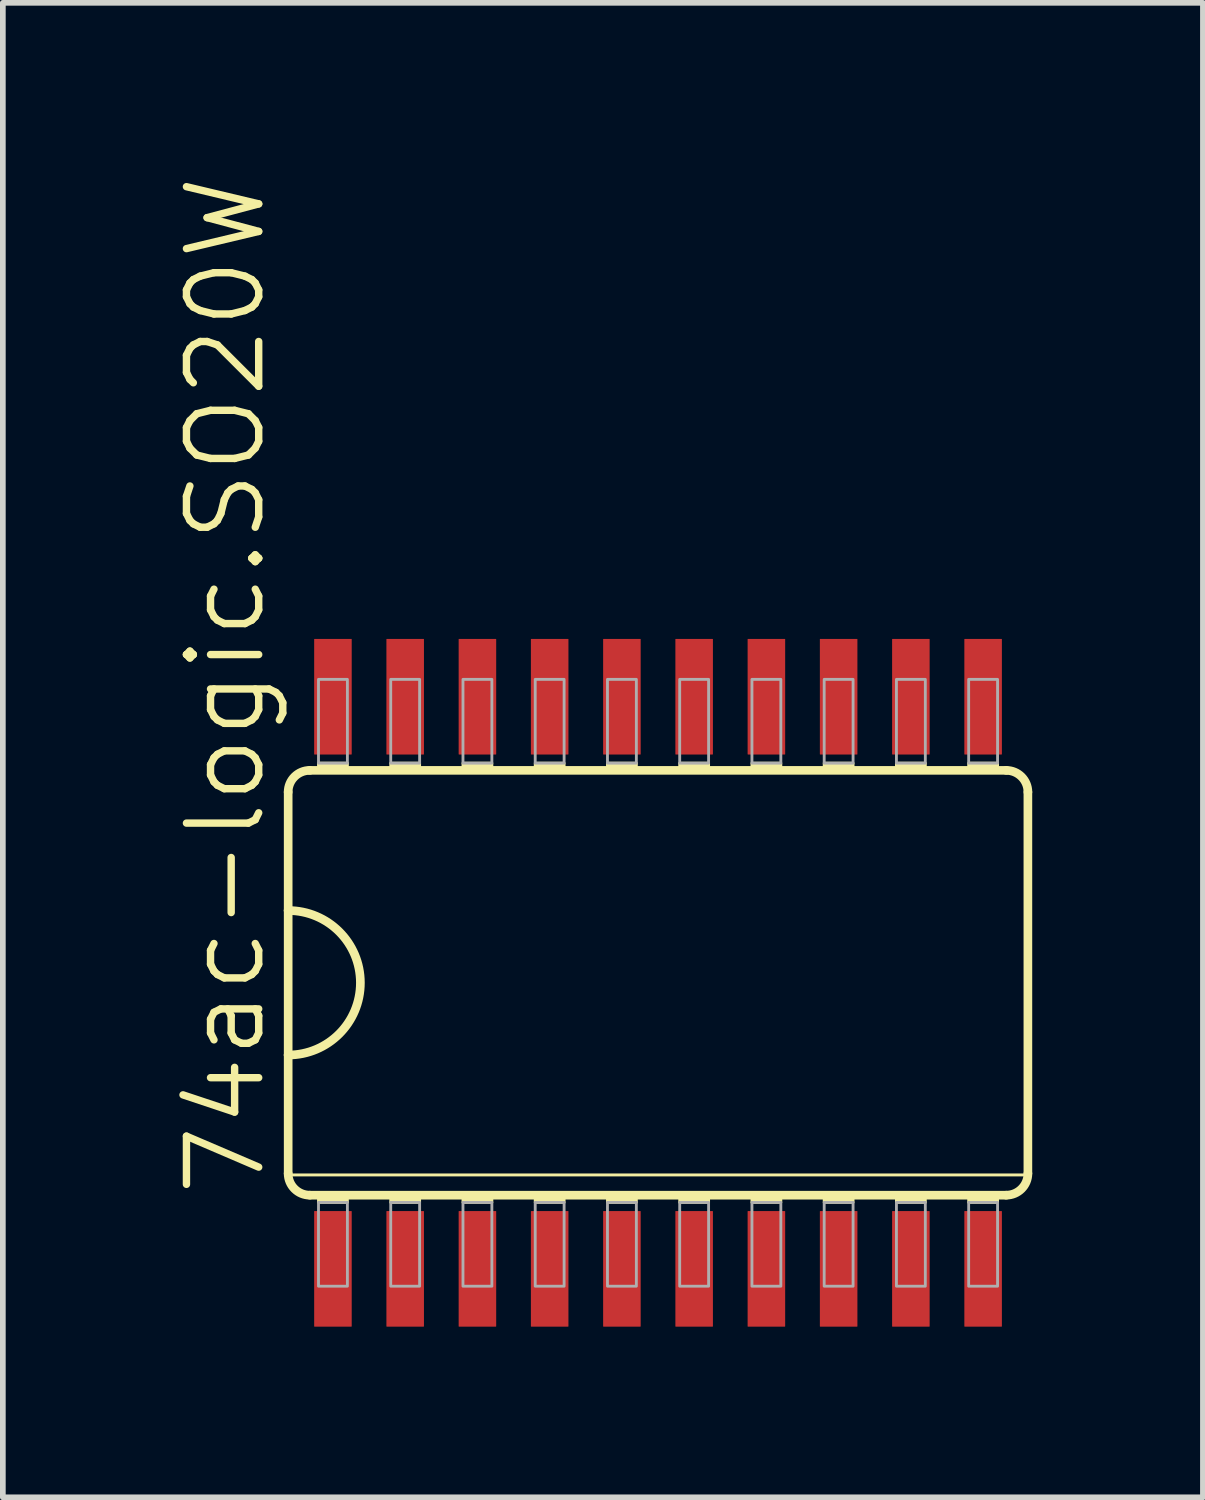
<source format=kicad_pcb>
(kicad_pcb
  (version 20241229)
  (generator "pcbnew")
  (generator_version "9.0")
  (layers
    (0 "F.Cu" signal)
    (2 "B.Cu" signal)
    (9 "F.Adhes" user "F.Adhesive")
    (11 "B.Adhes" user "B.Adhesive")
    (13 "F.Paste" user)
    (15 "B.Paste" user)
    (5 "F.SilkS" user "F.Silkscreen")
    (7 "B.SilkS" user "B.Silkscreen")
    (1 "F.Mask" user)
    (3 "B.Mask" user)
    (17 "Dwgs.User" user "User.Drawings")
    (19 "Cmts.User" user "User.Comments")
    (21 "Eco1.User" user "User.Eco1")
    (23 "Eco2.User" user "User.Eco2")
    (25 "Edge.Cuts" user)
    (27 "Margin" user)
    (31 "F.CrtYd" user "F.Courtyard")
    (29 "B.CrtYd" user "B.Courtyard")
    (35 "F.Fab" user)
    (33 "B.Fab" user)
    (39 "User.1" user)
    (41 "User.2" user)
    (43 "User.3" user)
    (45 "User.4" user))
  (footprint "74ac-logic.SO20W"
    (layer "F.Cu")
    (at 8.518 14.227)
    (property "Reference" "74ac-logic.SO20W" (at -6.858 3.81 90) (layer "F.SilkS") (effects (font (size 1.27 1.27) (thickness 0.13)) (justify left bottom)))
    (attr smd)
    (fp_line (start -6.502 -3.353) (end -6.502 -1.27) (stroke (width 0.152) (type default)) (layer "F.SilkS"))
    (fp_line (start -6.502 -1.27) (end -6.502 1.27) (stroke (width 0.152) (type default)) (layer "F.SilkS"))
    (fp_line (start -6.502 1.27) (end -6.502 3.353) (stroke (width 0.152) (type default)) (layer "F.SilkS"))
    (fp_line (start -6.477 3.378) (end 6.477 3.378) (stroke (width 0.051) (type default)) (layer "F.SilkS"))
    (fp_line (start -6.121 3.734) (end 6.121 3.734) (stroke (width 0.152) (type default)) (layer "F.SilkS"))
    (fp_line (start 6.121 -3.734) (end -6.121 -3.734) (stroke (width 0.152) (type default)) (layer "F.SilkS"))
    (fp_line (start 6.502 3.353) (end 6.502 -3.353) (stroke (width 0.152) (type default)) (layer "F.SilkS"))
    (fp_rect (start -5.969 -3.734) (end -5.461 -3.861) (stroke (width 0.05) (type default)) (fill yes) (layer "F.SilkS"))
    (fp_rect (start -5.969 3.861) (end -5.461 3.734) (stroke (width 0.05) (type default)) (fill yes) (layer "F.SilkS"))
    (fp_rect (start -4.699 -3.734) (end -4.191 -3.861) (stroke (width 0.05) (type default)) (fill yes) (layer "F.SilkS"))
    (fp_rect (start -4.699 3.861) (end -4.191 3.734) (stroke (width 0.05) (type default)) (fill yes) (layer "F.SilkS"))
    (fp_rect (start -3.429 -3.734) (end -2.921 -3.861) (stroke (width 0.05) (type default)) (fill yes) (layer "F.SilkS"))
    (fp_rect (start -3.429 3.861) (end -2.921 3.734) (stroke (width 0.05) (type default)) (fill yes) (layer "F.SilkS"))
    (fp_rect (start -2.159 -3.734) (end -1.651 -3.861) (stroke (width 0.05) (type default)) (fill yes) (layer "F.SilkS"))
    (fp_rect (start -2.159 3.861) (end -1.651 3.734) (stroke (width 0.05) (type default)) (fill yes) (layer "F.SilkS"))
    (fp_rect (start -0.889 -3.734) (end -0.381 -3.861) (stroke (width 0.05) (type default)) (fill yes) (layer "F.SilkS"))
    (fp_rect (start -0.889 3.861) (end -0.381 3.734) (stroke (width 0.05) (type default)) (fill yes) (layer "F.SilkS"))
    (fp_rect (start 0.381 -3.734) (end 0.889 -3.861) (stroke (width 0.05) (type default)) (fill yes) (layer "F.SilkS"))
    (fp_rect (start 0.381 3.861) (end 0.889 3.734) (stroke (width 0.05) (type default)) (fill yes) (layer "F.SilkS"))
    (fp_rect (start 1.651 -3.734) (end 2.159 -3.861) (stroke (width 0.05) (type default)) (fill yes) (layer "F.SilkS"))
    (fp_rect (start 1.651 3.861) (end 2.159 3.734) (stroke (width 0.05) (type default)) (fill yes) (layer "F.SilkS"))
    (fp_rect (start 2.921 -3.734) (end 3.429 -3.861) (stroke (width 0.05) (type default)) (fill yes) (layer "F.SilkS"))
    (fp_rect (start 2.921 3.861) (end 3.429 3.734) (stroke (width 0.05) (type default)) (fill yes) (layer "F.SilkS"))
    (fp_rect (start 4.191 -3.734) (end 4.699 -3.861) (stroke (width 0.05) (type default)) (fill yes) (layer "F.SilkS"))
    (fp_rect (start 4.191 3.861) (end 4.699 3.734) (stroke (width 0.05) (type default)) (fill yes) (layer "F.SilkS"))
    (fp_rect (start 5.461 -3.734) (end 5.969 -3.861) (stroke (width 0.05) (type default)) (fill yes) (layer "F.SilkS"))
    (fp_rect (start 5.461 3.861) (end 5.969 3.734) (stroke (width 0.05) (type default)) (fill yes) (layer "F.SilkS"))
    (fp_arc (start -6.5024 -3.3528) (mid -6.390808 -3.622208) (end -6.1214 -3.7338) (stroke (width 0.1524) (type default)) (layer "F.SilkS"))
    (fp_arc (start -6.5024 -1.27) (mid -5.2324 0) (end -6.5024 1.27) (stroke (width 0.1524) (type default)) (layer "F.SilkS"))
    (fp_arc (start -6.1214 3.7338) (mid -6.390808 3.622208) (end -6.5024 3.3528) (stroke (width 0.1524) (type default)) (layer "F.SilkS"))
    (fp_arc (start 6.1214 -3.7338) (mid 6.390808 -3.622208) (end 6.5024 -3.3528) (stroke (width 0.1524) (type default)) (layer "F.SilkS"))
    (fp_arc (start 6.5024 3.3528) (mid 6.390808 3.622208) (end 6.1214 3.7338) (stroke (width 0.1524) (type default)) (layer "F.SilkS"))
    (fp_rect (start -5.969 -3.861) (end -5.461 -5.334) (stroke (width 0.05) (type default)) (fill no) (layer "F.Fab"))
    (fp_rect (start -5.969 5.334) (end -5.461 3.861) (stroke (width 0.05) (type default)) (fill no) (layer "F.Fab"))
    (fp_rect (start -4.699 -3.861) (end -4.191 -5.334) (stroke (width 0.05) (type default)) (fill no) (layer "F.Fab"))
    (fp_rect (start -4.699 5.334) (end -4.191 3.861) (stroke (width 0.05) (type default)) (fill no) (layer "F.Fab"))
    (fp_rect (start -3.429 -3.861) (end -2.921 -5.334) (stroke (width 0.05) (type default)) (fill no) (layer "F.Fab"))
    (fp_rect (start -3.429 5.334) (end -2.921 3.861) (stroke (width 0.05) (type default)) (fill no) (layer "F.Fab"))
    (fp_rect (start -2.159 -3.861) (end -1.651 -5.334) (stroke (width 0.05) (type default)) (fill no) (layer "F.Fab"))
    (fp_rect (start -2.159 5.334) (end -1.651 3.861) (stroke (width 0.05) (type default)) (fill no) (layer "F.Fab"))
    (fp_rect (start -0.889 -3.861) (end -0.381 -5.334) (stroke (width 0.05) (type default)) (fill no) (layer "F.Fab"))
    (fp_rect (start -0.889 5.334) (end -0.381 3.861) (stroke (width 0.05) (type default)) (fill no) (layer "F.Fab"))
    (fp_rect (start 0.381 -3.861) (end 0.889 -5.334) (stroke (width 0.05) (type default)) (fill no) (layer "F.Fab"))
    (fp_rect (start 0.381 5.334) (end 0.889 3.861) (stroke (width 0.05) (type default)) (fill no) (layer "F.Fab"))
    (fp_rect (start 1.651 -3.861) (end 2.159 -5.334) (stroke (width 0.05) (type default)) (fill no) (layer "F.Fab"))
    (fp_rect (start 1.651 5.334) (end 2.159 3.861) (stroke (width 0.05) (type default)) (fill no) (layer "F.Fab"))
    (fp_rect (start 2.921 -3.861) (end 3.429 -5.334) (stroke (width 0.05) (type default)) (fill no) (layer "F.Fab"))
    (fp_rect (start 2.921 5.334) (end 3.429 3.861) (stroke (width 0.05) (type default)) (fill no) (layer "F.Fab"))
    (fp_rect (start 4.191 -3.861) (end 4.699 -5.334) (stroke (width 0.05) (type default)) (fill no) (layer "F.Fab"))
    (fp_rect (start 4.191 5.334) (end 4.699 3.861) (stroke (width 0.05) (type default)) (fill no) (layer "F.Fab"))
    (fp_rect (start 5.461 -3.861) (end 5.969 -5.334) (stroke (width 0.05) (type default)) (fill no) (layer "F.Fab"))
    (fp_rect (start 5.461 5.334) (end 5.969 3.861) (stroke (width 0.05) (type default)) (fill no) (layer "F.Fab"))
    (pad "1" smd roundrect (at -5.715 5.029) (size 0.66 2.032) (layers "F.Cu" "F.Mask" "F.Paste") (roundrect_rratio 0.01))
    (pad "2" smd roundrect (at -4.445 5.029) (size 0.66 2.032) (layers "F.Cu" "F.Mask" "F.Paste") (roundrect_rratio 0.01))
    (pad "3" smd roundrect (at -3.175 5.029) (size 0.66 2.032) (layers "F.Cu" "F.Mask" "F.Paste") (roundrect_rratio 0.01))
    (pad "4" smd roundrect (at -1.905 5.029) (size 0.66 2.032) (layers "F.Cu" "F.Mask" "F.Paste") (roundrect_rratio 0.01))
    (pad "5" smd roundrect (at -0.635 5.029) (size 0.66 2.032) (layers "F.Cu" "F.Mask" "F.Paste") (roundrect_rratio 0.01))
    (pad "6" smd roundrect (at 0.635 5.029) (size 0.66 2.032) (layers "F.Cu" "F.Mask" "F.Paste") (roundrect_rratio 0.01))
    (pad "7" smd roundrect (at 1.905 5.029) (size 0.66 2.032) (layers "F.Cu" "F.Mask" "F.Paste") (roundrect_rratio 0.01))
    (pad "8" smd roundrect (at 3.175 5.029) (size 0.66 2.032) (layers "F.Cu" "F.Mask" "F.Paste") (roundrect_rratio 0.01))
    (pad "9" smd roundrect (at 4.445 5.029) (size 0.66 2.032) (layers "F.Cu" "F.Mask" "F.Paste") (roundrect_rratio 0.01))
    (pad "10" smd roundrect (at 5.715 5.029) (size 0.66 2.032) (layers "F.Cu" "F.Mask" "F.Paste") (roundrect_rratio 0.01))
    (pad "11" smd roundrect (at 5.715 -5.029) (size 0.66 2.032) (layers "F.Cu" "F.Mask" "F.Paste") (roundrect_rratio 0.01))
    (pad "12" smd roundrect (at 4.445 -5.029) (size 0.66 2.032) (layers "F.Cu" "F.Mask" "F.Paste") (roundrect_rratio 0.01))
    (pad "13" smd roundrect (at 3.175 -5.029) (size 0.66 2.032) (layers "F.Cu" "F.Mask" "F.Paste") (roundrect_rratio 0.01))
    (pad "14" smd roundrect (at 1.905 -5.029) (size 0.66 2.032) (layers "F.Cu" "F.Mask" "F.Paste") (roundrect_rratio 0.01))
    (pad "15" smd roundrect (at 0.635 -5.029) (size 0.66 2.032) (layers "F.Cu" "F.Mask" "F.Paste") (roundrect_rratio 0.01))
    (pad "16" smd roundrect (at -0.635 -5.029) (size 0.66 2.032) (layers "F.Cu" "F.Mask" "F.Paste") (roundrect_rratio 0.01))
    (pad "17" smd roundrect (at -1.905 -5.029) (size 0.66 2.032) (layers "F.Cu" "F.Mask" "F.Paste") (roundrect_rratio 0.01))
    (pad "18" smd roundrect (at -3.175 -5.029) (size 0.66 2.032) (layers "F.Cu" "F.Mask" "F.Paste") (roundrect_rratio 0.01))
    (pad "19" smd roundrect (at -4.445 -5.029) (size 0.66 2.032) (layers "F.Cu" "F.Mask" "F.Paste") (roundrect_rratio 0.01))
    (pad "20" smd roundrect (at -5.715 -5.029) (size 0.66 2.032) (layers "F.Cu" "F.Mask" "F.Paste") (roundrect_rratio 0.01)))
  (gr_rect
    (start -3 -3)
    (end 18.097 23.272)
    (stroke (width 0.1) (type default))
    (fill no)
    (layer "Edge.Cuts")))
</source>
